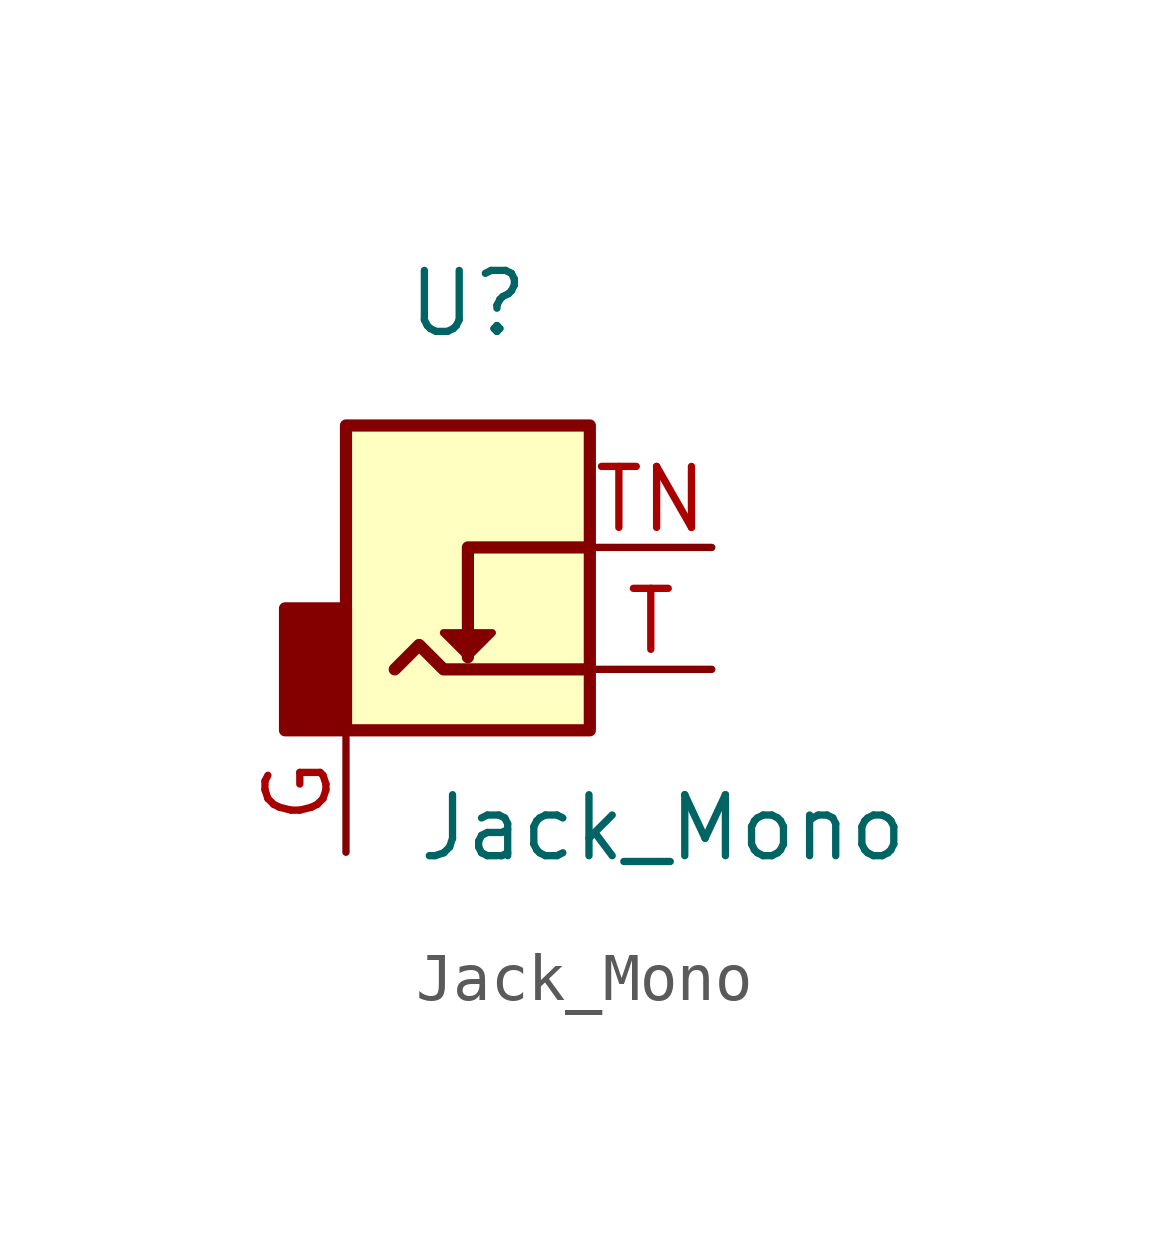
<source format=kicad_sym>
(kicad_symbol_lib
  (version 20211014)
  (generator kicad_symbol_editor)
  (symbol "Jack_Mono"
    (property "Reference" "U"
      (at 0 6.35 0)
      (effects (font (size 1.27 1.27))))
    (property "Value" "Jack_Mono"
      (at 4.064 -4.572 0)
      (effects (font (size 1.27 1.27))))
    (symbol "Jack_Mono_0_1"
      (rectangle (start -2.54 -2.54) (end -3.81 0) (stroke (width 0.254) (type default) (color 0 0 0 0)) (fill (type outline)))
      (polyline (pts (xy 2.54 1.27) (xy 0 1.27) (xy 0 -1.016)) (stroke (width 0.254) (type default) (color 0 0 0 0)) (fill (type none)))
      (polyline (pts (xy -1.524 -1.27) (xy -1.016 -0.762) (xy -0.508 -1.27) (xy 2.54 -1.27)) (stroke (width 0.254) (type default) (color 0 0 0 0)) (fill (type none)))
      (polyline (pts (xy 0 -1.016) (xy 0.508 -0.508) (xy -0.508 -0.508) (xy 0 -1.016)) (stroke (width 0) (type default) (color 0 0 0 0)) (fill (type outline)))
      (rectangle (start 2.54 3.81) (end -2.54 -2.54) (stroke (width 0.254) (type default) (color 0 0 0 0)) (fill (type background))))
    (symbol "Jack_Mono_1_1"
      (pin passive line (at -2.54 -5.08 90) (length 2.54) (name "~" (effects (font (size 1.27 1.27)))) (number "G" (effects (font (size 1.27 1.27)))))
      (pin passive line (at 5.08 -1.27 180) (length 2.54) (name "~" (effects (font (size 1.27 1.27)))) (number "T" (effects (font (size 1.27 1.27)))))
      (pin passive line (at 5.08 1.27 180) (length 2.54) (name "~" (effects (font (size 1.27 1.27)))) (number "TN" (effects (font (size 1.27 1.27))))))))
</source>
